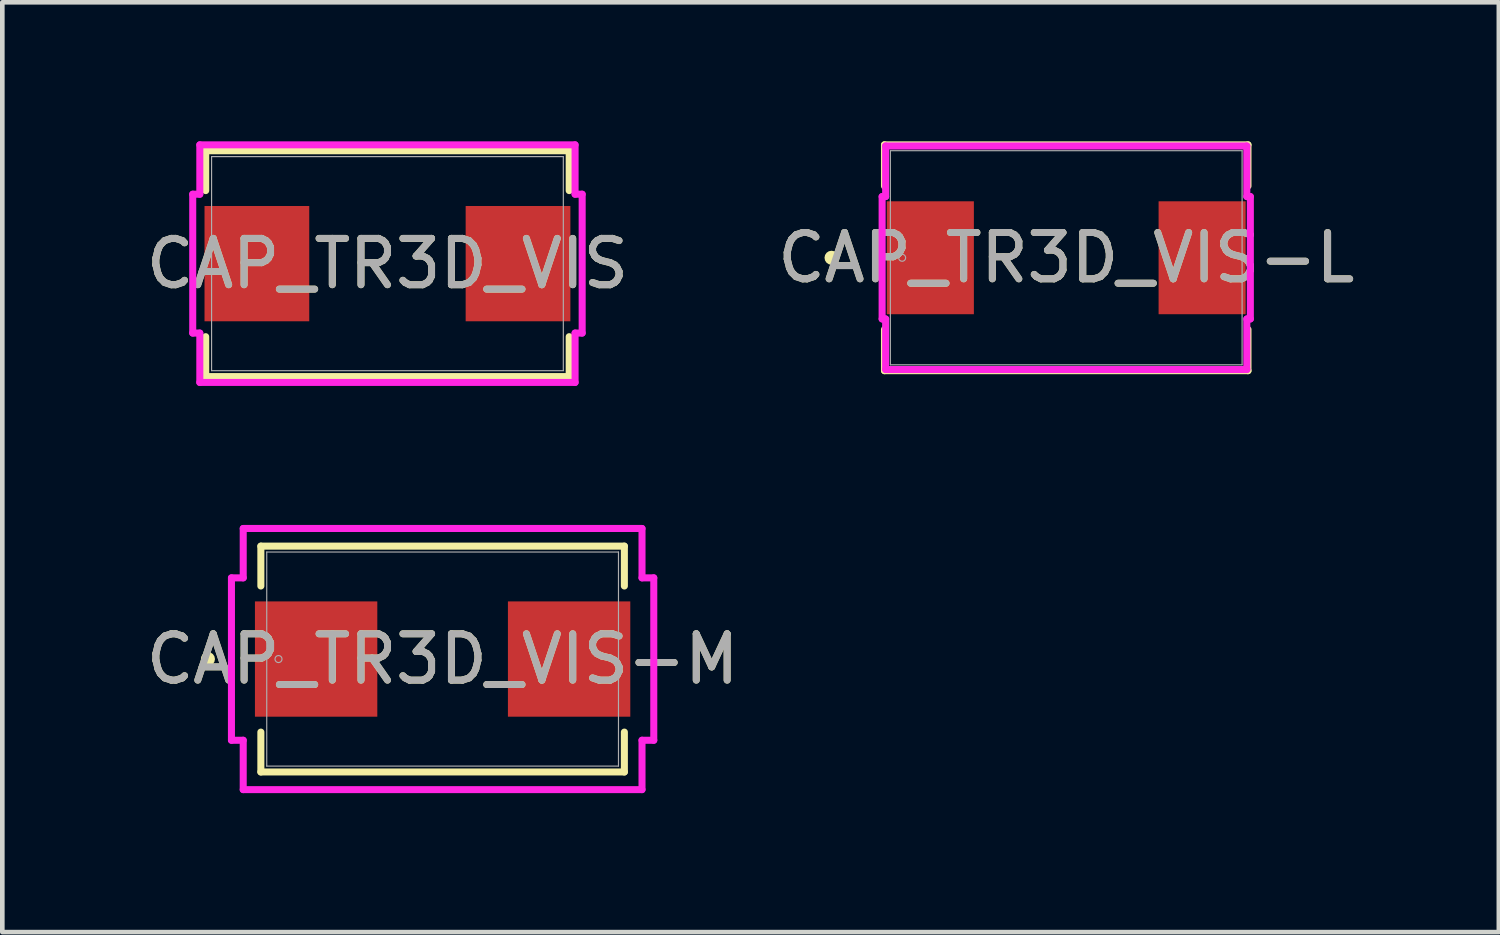
<source format=kicad_pcb>
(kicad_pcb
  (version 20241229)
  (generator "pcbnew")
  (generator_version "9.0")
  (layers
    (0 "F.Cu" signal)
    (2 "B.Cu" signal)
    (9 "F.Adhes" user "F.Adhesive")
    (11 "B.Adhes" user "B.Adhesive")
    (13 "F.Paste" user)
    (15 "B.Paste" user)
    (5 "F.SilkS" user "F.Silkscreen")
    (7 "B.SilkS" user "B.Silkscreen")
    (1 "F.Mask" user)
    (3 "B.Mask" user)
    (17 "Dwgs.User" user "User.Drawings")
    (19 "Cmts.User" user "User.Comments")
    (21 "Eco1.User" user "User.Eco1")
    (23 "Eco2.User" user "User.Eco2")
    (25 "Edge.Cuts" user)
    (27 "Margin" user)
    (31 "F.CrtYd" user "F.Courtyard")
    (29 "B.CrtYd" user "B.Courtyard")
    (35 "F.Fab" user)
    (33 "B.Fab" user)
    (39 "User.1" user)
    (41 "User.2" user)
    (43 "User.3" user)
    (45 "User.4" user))
  (footprint "CAP_TR3D_VIS"
    (layer "F.Cu")
    (at 5.315 2.642)
    (property "Reference" "CAP_TR3D_VIS" (at 0 0 0) (unlocked yes) (layer "F.SilkS") (effects (font (size 1 1) (thickness 0.15))))
    (attr smd)
    (fp_line (start -3.924 -2.438) (end -3.924 -1.577) (stroke (width 0.152) (type solid)) (layer "F.SilkS"))
    (fp_line (start -3.924 1.577) (end -3.924 2.438) (stroke (width 0.152) (type solid)) (layer "F.SilkS"))
    (fp_line (start -3.924 2.438) (end 3.924 2.438) (stroke (width 0.152) (type solid)) (layer "F.SilkS"))
    (fp_line (start 3.924 -2.438) (end -3.924 -2.438) (stroke (width 0.152) (type solid)) (layer "F.SilkS"))
    (fp_line (start 3.924 -1.577) (end 3.924 -2.438) (stroke (width 0.152) (type solid)) (layer "F.SilkS"))
    (fp_line (start 3.924 2.438) (end 3.924 1.577) (stroke (width 0.152) (type solid)) (layer "F.SilkS"))
    (fp_line (start -4.204 -1.499) (end -4.051 -1.499) (stroke (width 0.152) (type solid)) (layer "F.CrtYd"))
    (fp_line (start -4.204 1.499) (end -4.204 -1.499) (stroke (width 0.152) (type solid)) (layer "F.CrtYd"))
    (fp_line (start -4.051 -2.565) (end 4.051 -2.565) (stroke (width 0.152) (type solid)) (layer "F.CrtYd"))
    (fp_line (start -4.051 -1.499) (end -4.051 -2.565) (stroke (width 0.152) (type solid)) (layer "F.CrtYd"))
    (fp_line (start -4.051 1.499) (end -4.204 1.499) (stroke (width 0.152) (type solid)) (layer "F.CrtYd"))
    (fp_line (start -4.051 2.565) (end -4.051 1.499) (stroke (width 0.152) (type solid)) (layer "F.CrtYd"))
    (fp_line (start 4.051 -2.565) (end 4.051 -1.499) (stroke (width 0.152) (type solid)) (layer "F.CrtYd"))
    (fp_line (start 4.051 -1.499) (end 4.204 -1.499) (stroke (width 0.152) (type solid)) (layer "F.CrtYd"))
    (fp_line (start 4.051 1.499) (end 4.051 2.565) (stroke (width 0.152) (type solid)) (layer "F.CrtYd"))
    (fp_line (start 4.051 2.565) (end -4.051 2.565) (stroke (width 0.152) (type solid)) (layer "F.CrtYd"))
    (fp_line (start 4.204 -1.499) (end 4.204 1.499) (stroke (width 0.152) (type solid)) (layer "F.CrtYd"))
    (fp_line (start 4.204 1.499) (end 4.051 1.499) (stroke (width 0.152) (type solid)) (layer "F.CrtYd"))
    (fp_line (start -3.797 -2.311) (end -3.797 2.311) (stroke (width 0.025) (type solid)) (layer "F.Fab"))
    (fp_line (start -3.797 2.311) (end 3.797 2.311) (stroke (width 0.025) (type solid)) (layer "F.Fab"))
    (fp_line (start 3.797 -2.311) (end -3.797 -2.311) (stroke (width 0.025) (type solid)) (layer "F.Fab"))
    (fp_line (start 3.797 2.311) (end 3.797 -2.311) (stroke (width 0.025) (type solid)) (layer "F.Fab"))
    (fp_circle (center -3.543 0) (end -3.543 0) (stroke (width 0.025) (type solid)) (fill no) (layer "F.Fab"))
    (fp_text user "${REFERENCE}" (at 0 0 0) (unlocked yes) (layer "F.Fab") (effects (font (size 1 1) (thickness 0.15))))
    (pad "1" smd rect (at -2.819 0 90) (size 2.489 2.261) (layers "F.Cu" "F.Mask" "F.Paste"))
    (pad "2" smd rect (at 2.819 0 90) (size 2.489 2.261) (layers "F.Cu" "F.Mask" "F.Paste"))
    (zone (net_name "") (layer "F.Cu") (hatch full 0.508) (connect_pads) (min_thickness 0.254) (filled_areas_thickness no) (keepout (tracks not_allowed) (vias not_allowed) (pads allowed) (copperpour not_allowed) (footprints allowed)) (placement (enabled no)) (fill) (polygon (pts (xy 1.569 0.381) (xy 9.062 0.381) (xy 9.062 1.346) (xy 1.569 1.346))))
    (zone (net_name "") (layer "F.Cu") (hatch full 0.508) (connect_pads) (min_thickness 0.254) (filled_areas_thickness no) (keepout (tracks not_allowed) (vias not_allowed) (pads allowed) (copperpour not_allowed) (footprints allowed)) (placement (enabled no)) (fill) (polygon (pts (xy 1.569 3.937) (xy 9.062 3.937) (xy 9.062 4.902) (xy 1.569 4.902))))
    (zone (net_name "") (layer "F.Cu") (hatch full 0.508) (connect_pads) (min_thickness 0.254) (filled_areas_thickness no) (keepout (tracks not_allowed) (vias not_allowed) (pads allowed) (copperpour not_allowed) (footprints allowed)) (placement (enabled no)) (fill) (polygon (pts (xy 3.677 1.346) (xy 6.954 1.346) (xy 6.954 3.937) (xy 3.677 3.937)))))
  (footprint "CAP_TR3D_VIS-L"
    (layer "F.Cu")
    (at 19.97 2.515)
    (property "Reference" "CAP_TR3D_VIS-L" (at 0 0 0) (unlocked yes) (layer "F.SilkS") (effects (font (size 1 1) (thickness 0.15))))
    (attr smd)
    (fp_line (start -3.924 -2.438) (end -3.924 -1.548) (stroke (width 0.152) (type solid)) (layer "F.SilkS"))
    (fp_line (start -3.924 1.548) (end -3.924 2.438) (stroke (width 0.152) (type solid)) (layer "F.SilkS"))
    (fp_line (start -3.924 2.438) (end 3.924 2.438) (stroke (width 0.152) (type solid)) (layer "F.SilkS"))
    (fp_line (start 3.924 -2.438) (end -3.924 -2.438) (stroke (width 0.152) (type solid)) (layer "F.SilkS"))
    (fp_line (start 3.924 -1.548) (end 3.924 -2.438) (stroke (width 0.152) (type solid)) (layer "F.SilkS"))
    (fp_line (start 3.924 2.438) (end 3.924 1.548) (stroke (width 0.152) (type solid)) (layer "F.SilkS"))
    (fp_circle (center -5.067 0) (end -4.991 0) (stroke (width 0.152) (type solid)) (fill no) (layer "F.SilkS"))
    (fp_line (start -3.975 -1.321) (end -3.899 -1.321) (stroke (width 0.152) (type solid)) (layer "F.CrtYd"))
    (fp_line (start -3.975 1.321) (end -3.975 -1.321) (stroke (width 0.152) (type solid)) (layer "F.CrtYd"))
    (fp_line (start -3.899 -2.413) (end 3.899 -2.413) (stroke (width 0.152) (type solid)) (layer "F.CrtYd"))
    (fp_line (start -3.899 -1.321) (end -3.899 -2.413) (stroke (width 0.152) (type solid)) (layer "F.CrtYd"))
    (fp_line (start -3.899 1.321) (end -3.975 1.321) (stroke (width 0.152) (type solid)) (layer "F.CrtYd"))
    (fp_line (start -3.899 2.413) (end -3.899 1.321) (stroke (width 0.152) (type solid)) (layer "F.CrtYd"))
    (fp_line (start 3.899 -2.413) (end 3.899 -1.321) (stroke (width 0.152) (type solid)) (layer "F.CrtYd"))
    (fp_line (start 3.899 -1.321) (end 3.975 -1.321) (stroke (width 0.152) (type solid)) (layer "F.CrtYd"))
    (fp_line (start 3.899 1.321) (end 3.899 2.413) (stroke (width 0.152) (type solid)) (layer "F.CrtYd"))
    (fp_line (start 3.899 2.413) (end -3.899 2.413) (stroke (width 0.152) (type solid)) (layer "F.CrtYd"))
    (fp_line (start 3.975 -1.321) (end 3.975 1.321) (stroke (width 0.152) (type solid)) (layer "F.CrtYd"))
    (fp_line (start 3.975 1.321) (end 3.899 1.321) (stroke (width 0.152) (type solid)) (layer "F.CrtYd"))
    (fp_line (start -3.797 -2.311) (end -3.797 2.311) (stroke (width 0.025) (type solid)) (layer "F.Fab"))
    (fp_line (start -3.797 2.311) (end 3.797 2.311) (stroke (width 0.025) (type solid)) (layer "F.Fab"))
    (fp_line (start 3.797 -2.311) (end -3.797 -2.311) (stroke (width 0.025) (type solid)) (layer "F.Fab"))
    (fp_line (start 3.797 2.311) (end 3.797 -2.311) (stroke (width 0.025) (type solid)) (layer "F.Fab"))
    (fp_circle (center -3.543 0) (end -3.467 0) (stroke (width 0.025) (type solid)) (fill no) (layer "F.Fab"))
    (fp_text user "${REFERENCE}" (at 0 0 0) (unlocked yes) (layer "F.Fab") (effects (font (size 1 1) (thickness 0.15))))
    (pad "1" smd rect (at -2.934 0 90) (size 2.438 1.88) (layers "F.Cu" "F.Mask" "F.Paste"))
    (pad "2" smd rect (at 2.934 0 90) (size 2.438 1.88) (layers "F.Cu" "F.Mask" "F.Paste"))
    (zone (net_name "") (layer "F.Cu") (hatch full 0.508) (connect_pads) (min_thickness 0.254) (filled_areas_thickness no) (keepout (tracks not_allowed) (vias not_allowed) (pads allowed) (copperpour not_allowed) (footprints allowed)) (placement (enabled no)) (fill) (polygon (pts (xy 16.224 0.254) (xy 23.717 0.254) (xy 23.717 1.219) (xy 16.224 1.219))))
    (zone (net_name "") (layer "F.Cu") (hatch full 0.508) (connect_pads) (min_thickness 0.254) (filled_areas_thickness no) (keepout (tracks not_allowed) (vias not_allowed) (pads allowed) (copperpour not_allowed) (footprints allowed)) (placement (enabled no)) (fill) (polygon (pts (xy 16.224 3.81) (xy 23.717 3.81) (xy 23.717 4.775) (xy 16.224 4.775))))
    (zone (net_name "") (layer "F.Cu") (hatch full 0.508) (connect_pads) (min_thickness 0.254) (filled_areas_thickness no) (keepout (tracks not_allowed) (vias not_allowed) (pads allowed) (copperpour not_allowed) (footprints allowed)) (placement (enabled no)) (fill) (polygon (pts (xy 18.027 1.219) (xy 21.913 1.219) (xy 21.913 3.81) (xy 18.027 3.81)))))
  (footprint "CAP_TR3D_VIS-M"
    (layer "F.Cu")
    (at 6.506 11.179)
    (property "Reference" "CAP_TR3D_VIS-M" (at 0 0 0) (unlocked yes) (layer "F.SilkS") (effects (font (size 1 1) (thickness 0.15))))
    (attr smd)
    (fp_line (start -3.924 -2.438) (end -3.924 -1.577) (stroke (width 0.152) (type solid)) (layer "F.SilkS"))
    (fp_line (start -3.924 1.577) (end -3.924 2.438) (stroke (width 0.152) (type solid)) (layer "F.SilkS"))
    (fp_line (start -3.924 2.438) (end 3.924 2.438) (stroke (width 0.152) (type solid)) (layer "F.SilkS"))
    (fp_line (start 3.924 -2.438) (end -3.924 -2.438) (stroke (width 0.152) (type solid)) (layer "F.SilkS"))
    (fp_line (start 3.924 -1.577) (end 3.924 -2.438) (stroke (width 0.152) (type solid)) (layer "F.SilkS"))
    (fp_line (start 3.924 2.438) (end 3.924 1.577) (stroke (width 0.152) (type solid)) (layer "F.SilkS"))
    (fp_circle (center -5.067 0) (end -4.991 0) (stroke (width 0.152) (type solid)) (fill no) (layer "F.SilkS"))
    (fp_line (start -4.559 -1.753) (end -4.305 -1.753) (stroke (width 0.152) (type solid)) (layer "F.CrtYd"))
    (fp_line (start -4.559 1.753) (end -4.559 -1.753) (stroke (width 0.152) (type solid)) (layer "F.CrtYd"))
    (fp_line (start -4.305 -2.819) (end 4.305 -2.819) (stroke (width 0.152) (type solid)) (layer "F.CrtYd"))
    (fp_line (start -4.305 -1.753) (end -4.305 -2.819) (stroke (width 0.152) (type solid)) (layer "F.CrtYd"))
    (fp_line (start -4.305 1.753) (end -4.559 1.753) (stroke (width 0.152) (type solid)) (layer "F.CrtYd"))
    (fp_line (start -4.305 2.819) (end -4.305 1.753) (stroke (width 0.152) (type solid)) (layer "F.CrtYd"))
    (fp_line (start 4.305 -2.819) (end 4.305 -1.753) (stroke (width 0.152) (type solid)) (layer "F.CrtYd"))
    (fp_line (start 4.305 -1.753) (end 4.559 -1.753) (stroke (width 0.152) (type solid)) (layer "F.CrtYd"))
    (fp_line (start 4.305 1.753) (end 4.305 2.819) (stroke (width 0.152) (type solid)) (layer "F.CrtYd"))
    (fp_line (start 4.305 2.819) (end -4.305 2.819) (stroke (width 0.152) (type solid)) (layer "F.CrtYd"))
    (fp_line (start 4.559 -1.753) (end 4.559 1.753) (stroke (width 0.152) (type solid)) (layer "F.CrtYd"))
    (fp_line (start 4.559 1.753) (end 4.305 1.753) (stroke (width 0.152) (type solid)) (layer "F.CrtYd"))
    (fp_line (start -3.797 -2.311) (end -3.797 2.311) (stroke (width 0.025) (type solid)) (layer "F.Fab"))
    (fp_line (start -3.797 2.311) (end 3.797 2.311) (stroke (width 0.025) (type solid)) (layer "F.Fab"))
    (fp_line (start 3.797 -2.311) (end -3.797 -2.311) (stroke (width 0.025) (type solid)) (layer "F.Fab"))
    (fp_line (start 3.797 2.311) (end 3.797 -2.311) (stroke (width 0.025) (type solid)) (layer "F.Fab"))
    (fp_circle (center -3.543 0) (end -3.467 0) (stroke (width 0.025) (type solid)) (fill no) (layer "F.Fab"))
    (fp_text user "${REFERENCE}" (at 0 0 0) (unlocked yes) (layer "F.Fab") (effects (font (size 1 1) (thickness 0.15))))
    (pad "1" smd rect (at -2.731 0 90) (size 2.489 2.642) (layers "F.Cu" "F.Mask" "F.Paste"))
    (pad "2" smd rect (at 2.731 0 90) (size 2.489 2.642) (layers "F.Cu" "F.Mask" "F.Paste"))
    (zone (net_name "") (layer "F.Cu") (hatch full 0.508) (connect_pads) (min_thickness 0.254) (filled_areas_thickness no) (keepout (tracks not_allowed) (vias not_allowed) (pads allowed) (copperpour not_allowed) (footprints allowed)) (placement (enabled no)) (fill) (polygon (pts (xy 2.759 8.918) (xy 10.252 8.918) (xy 10.252 9.883) (xy 2.759 9.883))))
    (zone (net_name "") (layer "F.Cu") (hatch full 0.508) (connect_pads) (min_thickness 0.254) (filled_areas_thickness no) (keepout (tracks not_allowed) (vias not_allowed) (pads allowed) (copperpour not_allowed) (footprints allowed)) (placement (enabled no)) (fill) (polygon (pts (xy 2.759 12.474) (xy 10.252 12.474) (xy 10.252 13.439) (xy 2.759 13.439))))
    (zone (net_name "") (layer "F.Cu") (hatch full 0.508) (connect_pads) (min_thickness 0.254) (filled_areas_thickness no) (keepout (tracks not_allowed) (vias not_allowed) (pads allowed) (copperpour not_allowed) (footprints allowed)) (placement (enabled no)) (fill) (polygon (pts (xy 5.147 9.883) (xy 7.865 9.883) (xy 7.865 12.474) (xy 5.147 12.474)))))
  (gr_rect
    (start -3 -3)
    (end 29.31 17.074)
    (stroke (width 0.1) (type default))
    (fill no)
    (layer "Edge.Cuts")))
</source>
